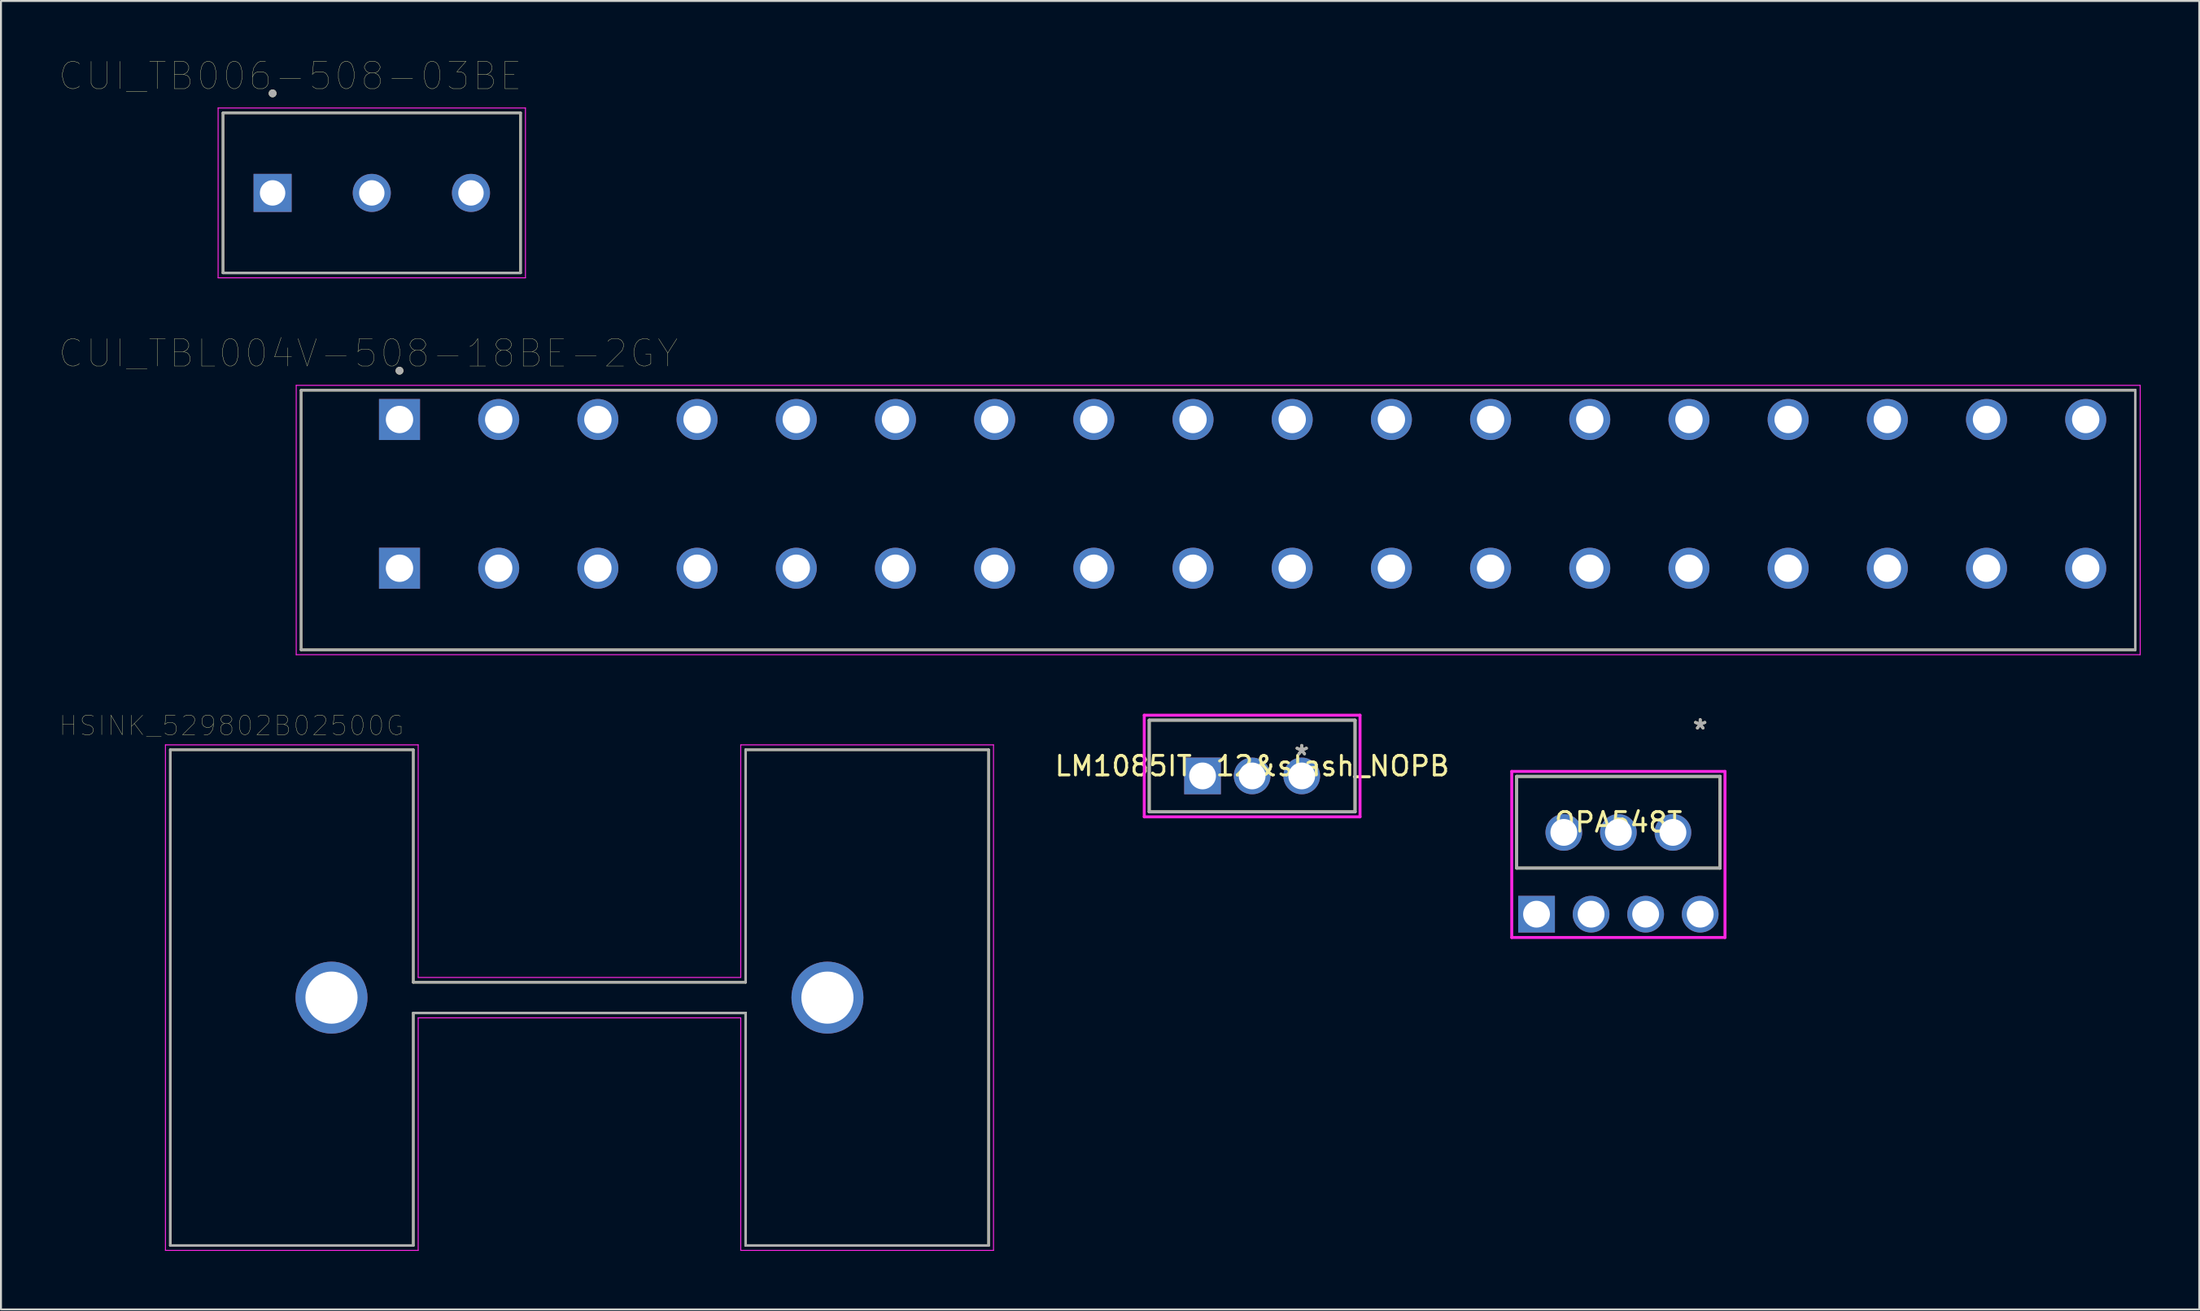
<source format=kicad_pcb>
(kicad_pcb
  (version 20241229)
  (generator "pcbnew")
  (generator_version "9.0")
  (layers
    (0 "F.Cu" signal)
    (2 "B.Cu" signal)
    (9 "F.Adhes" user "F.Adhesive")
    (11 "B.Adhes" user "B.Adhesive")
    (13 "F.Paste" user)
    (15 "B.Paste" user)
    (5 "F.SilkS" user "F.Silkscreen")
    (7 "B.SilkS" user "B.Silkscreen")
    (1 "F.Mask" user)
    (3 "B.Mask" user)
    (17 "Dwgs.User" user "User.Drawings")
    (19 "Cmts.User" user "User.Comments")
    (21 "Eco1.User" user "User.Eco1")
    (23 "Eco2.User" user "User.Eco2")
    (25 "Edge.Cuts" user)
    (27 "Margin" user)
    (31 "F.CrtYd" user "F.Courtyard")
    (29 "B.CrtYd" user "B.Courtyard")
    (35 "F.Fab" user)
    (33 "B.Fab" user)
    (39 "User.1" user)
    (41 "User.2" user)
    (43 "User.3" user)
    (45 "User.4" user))
  (footprint "HSINK_529802B02500G"
    (layer "F.Cu")
    (at 26.628 48.065)
    (property "Reference" "HSINK_529802B02500G" (at -17.825 -13.935 0) (layer "F.SilkS") (effects (font (size 1 1) (thickness 0.015))))
    (attr through_hole)
    (fp_line (start -20.955 -12.7) (end -8.51 -12.7) (stroke (width 0.127) (type solid)) (layer "F.SilkS"))
    (fp_line (start -20.955 12.7) (end -20.955 -12.7) (stroke (width 0.127) (type solid)) (layer "F.SilkS"))
    (fp_line (start -8.51 -12.7) (end -8.51 -0.785) (stroke (width 0.127) (type solid)) (layer "F.SilkS"))
    (fp_line (start -8.51 -0.785) (end 8.51 -0.785) (stroke (width 0.127) (type solid)) (layer "F.SilkS"))
    (fp_line (start -8.51 0.785) (end -8.51 12.7) (stroke (width 0.127) (type solid)) (layer "F.SilkS"))
    (fp_line (start -8.51 12.7) (end -20.955 12.7) (stroke (width 0.127) (type solid)) (layer "F.SilkS"))
    (fp_line (start 8.51 -12.7) (end 20.955 -12.7) (stroke (width 0.127) (type solid)) (layer "F.SilkS"))
    (fp_line (start 8.51 -0.785) (end 8.51 -12.7) (stroke (width 0.127) (type solid)) (layer "F.SilkS"))
    (fp_line (start 8.51 0.785) (end -8.51 0.785) (stroke (width 0.127) (type solid)) (layer "F.SilkS"))
    (fp_line (start 8.51 12.7) (end 8.51 0.785) (stroke (width 0.127) (type solid)) (layer "F.SilkS"))
    (fp_line (start 20.955 -12.7) (end 20.955 12.7) (stroke (width 0.127) (type solid)) (layer "F.SilkS"))
    (fp_line (start 20.955 12.7) (end 8.51 12.7) (stroke (width 0.127) (type solid)) (layer "F.SilkS"))
    (fp_line (start -21.205 -12.95) (end -8.26 -12.95) (stroke (width 0.05) (type solid)) (layer "F.CrtYd"))
    (fp_line (start -21.205 12.95) (end -21.205 -12.95) (stroke (width 0.05) (type solid)) (layer "F.CrtYd"))
    (fp_line (start -8.26 -12.95) (end -8.26 -1.035) (stroke (width 0.05) (type solid)) (layer "F.CrtYd"))
    (fp_line (start -8.26 -1.035) (end 8.26 -1.035) (stroke (width 0.05) (type solid)) (layer "F.CrtYd"))
    (fp_line (start -8.26 1.035) (end -8.26 12.95) (stroke (width 0.05) (type solid)) (layer "F.CrtYd"))
    (fp_line (start -8.26 12.95) (end -21.205 12.95) (stroke (width 0.05) (type solid)) (layer "F.CrtYd"))
    (fp_line (start 8.26 -12.95) (end 21.205 -12.95) (stroke (width 0.05) (type solid)) (layer "F.CrtYd"))
    (fp_line (start 8.26 -1.035) (end 8.26 -12.95) (stroke (width 0.05) (type solid)) (layer "F.CrtYd"))
    (fp_line (start 8.26 1.035) (end -8.26 1.035) (stroke (width 0.05) (type solid)) (layer "F.CrtYd"))
    (fp_line (start 8.26 12.95) (end 8.26 1.035) (stroke (width 0.05) (type solid)) (layer "F.CrtYd"))
    (fp_line (start 21.205 -12.95) (end 21.205 12.95) (stroke (width 0.05) (type solid)) (layer "F.CrtYd"))
    (fp_line (start 21.205 12.95) (end 8.26 12.95) (stroke (width 0.05) (type solid)) (layer "F.CrtYd"))
    (fp_line (start -20.955 -12.7) (end -8.51 -12.7) (stroke (width 0.127) (type solid)) (layer "F.Fab"))
    (fp_line (start -20.955 12.7) (end -20.955 -12.7) (stroke (width 0.127) (type solid)) (layer "F.Fab"))
    (fp_line (start -8.51 -12.7) (end -8.51 -0.785) (stroke (width 0.127) (type solid)) (layer "F.Fab"))
    (fp_line (start -8.51 -0.785) (end 8.51 -0.785) (stroke (width 0.127) (type solid)) (layer "F.Fab"))
    (fp_line (start -8.51 0.785) (end -8.51 12.7) (stroke (width 0.127) (type solid)) (layer "F.Fab"))
    (fp_line (start -8.51 12.7) (end -20.955 12.7) (stroke (width 0.127) (type solid)) (layer "F.Fab"))
    (fp_line (start 8.51 -12.7) (end 20.955 -12.7) (stroke (width 0.127) (type solid)) (layer "F.Fab"))
    (fp_line (start 8.51 -0.785) (end 8.51 -12.7) (stroke (width 0.127) (type solid)) (layer "F.Fab"))
    (fp_line (start 8.51 0.785) (end -8.51 0.785) (stroke (width 0.127) (type solid)) (layer "F.Fab"))
    (fp_line (start 8.51 12.7) (end 8.51 0.785) (stroke (width 0.127) (type solid)) (layer "F.Fab"))
    (fp_line (start 20.955 -12.7) (end 20.955 12.7) (stroke (width 0.127) (type solid)) (layer "F.Fab"))
    (fp_line (start 20.955 12.7) (end 8.51 12.7) (stroke (width 0.127) (type solid)) (layer "F.Fab"))
    (pad "S1" thru_hole circle (at -12.7 0) (size 3.686 3.686) (drill 2.67) (layers "*.Cu" "*.Mask"))
    (pad "S2" thru_hole circle (at 12.7 0) (size 3.686 3.686) (drill 2.67) (layers "*.Cu" "*.Mask")))
  (footprint "CUI_TBL004V-508-18BE-2GY"
    (layer "F.Cu")
    (at 17.411 18.444)
    (property "Reference" "CUI_TBL004V-508-18BE-2GY" (at -1.595 -3.389 0) (layer "F.SilkS") (effects (font (size 1.4 1.4) (thickness 0.015))))
    (attr through_hole)
    (fp_line (start -5.04 -1.5) (end 88.9 -1.5) (stroke (width 0.127) (type solid)) (layer "F.SilkS"))
    (fp_line (start -5.04 11.8) (end -5.04 -1.5) (stroke (width 0.127) (type solid)) (layer "F.SilkS"))
    (fp_line (start 88.9 -1.5) (end 88.9 11.8) (stroke (width 0.127) (type solid)) (layer "F.SilkS"))
    (fp_line (start 88.9 11.8) (end -5.04 11.8) (stroke (width 0.127) (type solid)) (layer "F.SilkS"))
    (fp_circle (center 0 -2.5) (end 0.1 -2.5) (stroke (width 0.2) (type solid)) (fill no) (layer "F.SilkS"))
    (fp_line (start -5.29 -1.75) (end 89.15 -1.75) (stroke (width 0.05) (type solid)) (layer "F.CrtYd"))
    (fp_line (start -5.29 12.05) (end -5.29 -1.75) (stroke (width 0.05) (type solid)) (layer "F.CrtYd"))
    (fp_line (start 89.15 -1.75) (end 89.15 12.05) (stroke (width 0.05) (type solid)) (layer "F.CrtYd"))
    (fp_line (start 89.15 12.05) (end -5.29 12.05) (stroke (width 0.05) (type solid)) (layer "F.CrtYd"))
    (fp_line (start -5.04 -1.5) (end 88.9 -1.5) (stroke (width 0.127) (type solid)) (layer "F.Fab"))
    (fp_line (start -5.04 11.8) (end -5.04 -1.5) (stroke (width 0.127) (type solid)) (layer "F.Fab"))
    (fp_line (start 88.9 -1.5) (end 88.9 11.8) (stroke (width 0.127) (type solid)) (layer "F.Fab"))
    (fp_line (start 88.9 11.8) (end -5.04 11.8) (stroke (width 0.127) (type solid)) (layer "F.Fab"))
    (fp_circle (center 0 -2.5) (end 0.1 -2.5) (stroke (width 0.2) (type solid)) (fill no) (layer "F.Fab"))
    (pad "1" thru_hole rect (at 0 0) (size 2.1 2.1) (drill 1.4) (layers "*.Cu" "*.Mask"))
    (pad "1" thru_hole rect (at 0 7.62) (size 2.1 2.1) (drill 1.4) (layers "*.Cu" "*.Mask"))
    (pad "2" thru_hole circle (at 5.08 0) (size 2.1 2.1) (drill 1.4) (layers "*.Cu" "*.Mask"))
    (pad "2" thru_hole circle (at 5.08 7.62) (size 2.1 2.1) (drill 1.4) (layers "*.Cu" "*.Mask"))
    (pad "3" thru_hole circle (at 10.16 0) (size 2.1 2.1) (drill 1.4) (layers "*.Cu" "*.Mask"))
    (pad "3" thru_hole circle (at 10.16 7.62) (size 2.1 2.1) (drill 1.4) (layers "*.Cu" "*.Mask"))
    (pad "4" thru_hole circle (at 15.24 0) (size 2.1 2.1) (drill 1.4) (layers "*.Cu" "*.Mask"))
    (pad "4" thru_hole circle (at 15.24 7.62) (size 2.1 2.1) (drill 1.4) (layers "*.Cu" "*.Mask"))
    (pad "5" thru_hole circle (at 20.32 0) (size 2.1 2.1) (drill 1.4) (layers "*.Cu" "*.Mask"))
    (pad "5" thru_hole circle (at 20.32 7.62) (size 2.1 2.1) (drill 1.4) (layers "*.Cu" "*.Mask"))
    (pad "6" thru_hole circle (at 25.4 0) (size 2.1 2.1) (drill 1.4) (layers "*.Cu" "*.Mask"))
    (pad "6" thru_hole circle (at 25.4 7.62) (size 2.1 2.1) (drill 1.4) (layers "*.Cu" "*.Mask"))
    (pad "7" thru_hole circle (at 30.48 0) (size 2.1 2.1) (drill 1.4) (layers "*.Cu" "*.Mask"))
    (pad "7" thru_hole circle (at 30.48 7.62) (size 2.1 2.1) (drill 1.4) (layers "*.Cu" "*.Mask"))
    (pad "8" thru_hole circle (at 35.56 0) (size 2.1 2.1) (drill 1.4) (layers "*.Cu" "*.Mask"))
    (pad "8" thru_hole circle (at 35.56 7.62) (size 2.1 2.1) (drill 1.4) (layers "*.Cu" "*.Mask"))
    (pad "9" thru_hole circle (at 40.64 0) (size 2.1 2.1) (drill 1.4) (layers "*.Cu" "*.Mask"))
    (pad "9" thru_hole circle (at 40.64 7.62) (size 2.1 2.1) (drill 1.4) (layers "*.Cu" "*.Mask"))
    (pad "10" thru_hole circle (at 45.72 0) (size 2.1 2.1) (drill 1.4) (layers "*.Cu" "*.Mask"))
    (pad "10" thru_hole circle (at 45.72 7.62) (size 2.1 2.1) (drill 1.4) (layers "*.Cu" "*.Mask"))
    (pad "11" thru_hole circle (at 50.8 0) (size 2.1 2.1) (drill 1.4) (layers "*.Cu" "*.Mask"))
    (pad "11" thru_hole circle (at 50.8 7.62) (size 2.1 2.1) (drill 1.4) (layers "*.Cu" "*.Mask"))
    (pad "12" thru_hole circle (at 55.88 0) (size 2.1 2.1) (drill 1.4) (layers "*.Cu" "*.Mask"))
    (pad "12" thru_hole circle (at 55.88 7.62) (size 2.1 2.1) (drill 1.4) (layers "*.Cu" "*.Mask"))
    (pad "13" thru_hole circle (at 60.96 0) (size 2.1 2.1) (drill 1.4) (layers "*.Cu" "*.Mask"))
    (pad "13" thru_hole circle (at 60.96 7.62) (size 2.1 2.1) (drill 1.4) (layers "*.Cu" "*.Mask"))
    (pad "14" thru_hole circle (at 66.04 0) (size 2.1 2.1) (drill 1.4) (layers "*.Cu" "*.Mask"))
    (pad "14" thru_hole circle (at 66.04 7.62) (size 2.1 2.1) (drill 1.4) (layers "*.Cu" "*.Mask"))
    (pad "15" thru_hole circle (at 71.12 0) (size 2.1 2.1) (drill 1.4) (layers "*.Cu" "*.Mask"))
    (pad "15" thru_hole circle (at 71.12 7.62) (size 2.1 2.1) (drill 1.4) (layers "*.Cu" "*.Mask"))
    (pad "16" thru_hole circle (at 76.2 0) (size 2.1 2.1) (drill 1.4) (layers "*.Cu" "*.Mask"))
    (pad "16" thru_hole circle (at 76.2 7.62) (size 2.1 2.1) (drill 1.4) (layers "*.Cu" "*.Mask"))
    (pad "17" thru_hole circle (at 81.28 0) (size 2.1 2.1) (drill 1.4) (layers "*.Cu" "*.Mask"))
    (pad "17" thru_hole circle (at 81.28 7.62) (size 2.1 2.1) (drill 1.4) (layers "*.Cu" "*.Mask"))
    (pad "18" thru_hole circle (at 86.36 0) (size 2.1 2.1) (drill 1.4) (layers "*.Cu" "*.Mask"))
    (pad "18" thru_hole circle (at 86.36 7.62) (size 2.1 2.1) (drill 1.4) (layers "*.Cu" "*.Mask")))
  (footprint "LM1085IT-12&slash_NOPB"
    (layer "F.Cu")
    (at 63.619 35.69)
    (property "Reference" "LM1085IT-12&slash_NOPB" (at -2.54 0.508 0) (layer "F.SilkS") (effects (font (size 1 1) (thickness 0.15))))
    (attr through_hole)
    (fp_line (start -7.811 -1.841) (end -7.811 2.857) (stroke (width 0.152) (type solid)) (layer "F.SilkS"))
    (fp_line (start -7.811 2.857) (end 2.731 2.857) (stroke (width 0.152) (type solid)) (layer "F.SilkS"))
    (fp_line (start 2.731 -1.841) (end -7.811 -1.841) (stroke (width 0.152) (type solid)) (layer "F.SilkS"))
    (fp_line (start 2.731 2.857) (end 2.731 -1.841) (stroke (width 0.152) (type solid)) (layer "F.SilkS"))
    (fp_line (start -8.065 -2.095) (end 2.985 -2.095) (stroke (width 0.152) (type solid)) (layer "F.CrtYd"))
    (fp_line (start -8.065 3.111) (end -8.065 -2.095) (stroke (width 0.152) (type solid)) (layer "F.CrtYd"))
    (fp_line (start 2.985 -2.095) (end 2.985 3.111) (stroke (width 0.152) (type solid)) (layer "F.CrtYd"))
    (fp_line (start 2.985 3.111) (end -8.065 3.111) (stroke (width 0.152) (type solid)) (layer "F.CrtYd"))
    (fp_line (start -7.811 -1.841) (end -7.811 2.857) (stroke (width 0.152) (type solid)) (layer "F.Fab"))
    (fp_line (start -7.811 2.857) (end 2.731 2.857) (stroke (width 0.152) (type solid)) (layer "F.Fab"))
    (fp_line (start 2.731 -1.841) (end -7.811 -1.841) (stroke (width 0.152) (type solid)) (layer "F.Fab"))
    (fp_line (start 2.731 2.857) (end 2.731 -1.841) (stroke (width 0.152) (type solid)) (layer "F.Fab"))
    (fp_text user "*" (at 0 0 0) (layer "F.SilkS") (effects (font (size 1 1) (thickness 0.15))))
    (fp_text user "Copyright 2016 Accelerated Designs. All rights reserved." (at 0 0 0) (layer "Cmts.User") (effects (font (size 0.127 0.127) (thickness 0.002))))
    (fp_text user "*" (at 0 0 0) (layer "F.Fab") (effects (font (size 1 1) (thickness 0.15))))
    (pad "1" thru_hole rect (at -5.08 1.016) (size 1.88 1.88) (drill 1.372) (layers "*.Cu" "*.Mask"))
    (pad "2" thru_hole circle (at -2.54 1.016) (size 1.88 1.88) (drill 1.372) (layers "*.Cu" "*.Mask"))
    (pad "3" thru_hole circle (at 0 1.016) (size 1.88 1.88) (drill 1.372) (layers "*.Cu" "*.Mask")))
  (footprint "CUI_TB006-508-03BE"
    (layer "F.Cu")
    (at 10.911 6.834)
    (property "Reference" "CUI_TB006-508-03BE" (at 0.905 -5.989 0) (layer "F.SilkS") (effects (font (size 1.4 1.4) (thickness 0.015))))
    (attr through_hole)
    (fp_line (start -2.54 -4.1) (end 12.7 -4.1) (stroke (width 0.127) (type solid)) (layer "F.SilkS"))
    (fp_line (start -2.54 4.1) (end -2.54 -4.1) (stroke (width 0.127) (type solid)) (layer "F.SilkS"))
    (fp_line (start 12.7 -4.1) (end 12.7 4.1) (stroke (width 0.127) (type solid)) (layer "F.SilkS"))
    (fp_line (start 12.7 4.1) (end -2.54 4.1) (stroke (width 0.127) (type solid)) (layer "F.SilkS"))
    (fp_circle (center 0 -5.1) (end 0.1 -5.1) (stroke (width 0.2) (type solid)) (fill no) (layer "F.SilkS"))
    (fp_line (start -2.79 -4.35) (end 12.95 -4.35) (stroke (width 0.05) (type solid)) (layer "F.CrtYd"))
    (fp_line (start -2.79 4.35) (end -2.79 -4.35) (stroke (width 0.05) (type solid)) (layer "F.CrtYd"))
    (fp_line (start 12.95 -4.35) (end 12.95 4.35) (stroke (width 0.05) (type solid)) (layer "F.CrtYd"))
    (fp_line (start 12.95 4.35) (end -2.79 4.35) (stroke (width 0.05) (type solid)) (layer "F.CrtYd"))
    (fp_line (start -2.54 -4.1) (end 12.7 -4.1) (stroke (width 0.127) (type solid)) (layer "F.Fab"))
    (fp_line (start -2.54 4.1) (end -2.54 -4.1) (stroke (width 0.127) (type solid)) (layer "F.Fab"))
    (fp_line (start 12.7 -4.1) (end 12.7 4.1) (stroke (width 0.127) (type solid)) (layer "F.Fab"))
    (fp_line (start 12.7 4.1) (end -2.54 4.1) (stroke (width 0.127) (type solid)) (layer "F.Fab"))
    (fp_circle (center 0 -5.1) (end 0.1 -5.1) (stroke (width 0.2) (type solid)) (fill no) (layer "F.Fab"))
    (pad "1" thru_hole rect (at 0 0) (size 1.95 1.95) (drill 1.3) (layers "*.Cu" "*.Mask"))
    (pad "2" thru_hole circle (at 5.08 0) (size 1.95 1.95) (drill 1.3) (layers "*.Cu" "*.Mask"))
    (pad "3" thru_hole circle (at 10.16 0) (size 1.95 1.95) (drill 1.3) (layers "*.Cu" "*.Mask")))
  (footprint "OPA548T"
    (layer "F.Cu")
    (at 84.027 34.367)
    (property "Reference" "OPA548T" (at -4.191 4.712 0) (layer "F.SilkS") (effects (font (size 1 1) (thickness 0.15))))
    (attr through_hole)
    (fp_line (start -9.398 2.362) (end -9.398 7.061) (stroke (width 0.152) (type solid)) (layer "F.SilkS"))
    (fp_line (start -9.398 7.061) (end 1.016 7.061) (stroke (width 0.152) (type solid)) (layer "F.SilkS"))
    (fp_line (start 1.016 2.362) (end -9.398 2.362) (stroke (width 0.152) (type solid)) (layer "F.SilkS"))
    (fp_line (start 1.016 7.061) (end 1.016 2.362) (stroke (width 0.152) (type solid)) (layer "F.SilkS"))
    (fp_line (start -9.652 2.108) (end -9.652 10.617) (stroke (width 0.152) (type solid)) (layer "F.CrtYd"))
    (fp_line (start -9.652 10.617) (end 1.27 10.617) (stroke (width 0.152) (type solid)) (layer "F.CrtYd"))
    (fp_line (start 1.27 2.108) (end -9.652 2.108) (stroke (width 0.152) (type solid)) (layer "F.CrtYd"))
    (fp_line (start 1.27 10.617) (end 1.27 2.108) (stroke (width 0.152) (type solid)) (layer "F.CrtYd"))
    (fp_line (start -9.398 2.362) (end -9.398 7.061) (stroke (width 0.152) (type solid)) (layer "F.Fab"))
    (fp_line (start -9.398 7.061) (end 1.016 7.061) (stroke (width 0.152) (type solid)) (layer "F.Fab"))
    (fp_line (start 1.016 2.362) (end -9.398 2.362) (stroke (width 0.152) (type solid)) (layer "F.Fab"))
    (fp_line (start 1.016 7.061) (end 1.016 2.362) (stroke (width 0.152) (type solid)) (layer "F.Fab"))
    (fp_text user "*" (at 0 0 0) (layer "F.SilkS") (effects (font (size 1 1) (thickness 0.15))))
    (fp_text user "Copyright 2016 Accelerated Designs. All rights reserved." (at 0 0 0) (layer "Cmts.User") (effects (font (size 0.127 0.127) (thickness 0.002))))
    (fp_text user "*" (at 0 0 0) (layer "F.Fab") (effects (font (size 1 1) (thickness 0.15))))
    (pad "1" thru_hole rect (at -8.382 9.423) (size 1.88 1.88) (drill 1.372) (layers "*.Cu" "*.Mask"))
    (pad "2" thru_hole circle (at -6.985 5.232) (size 1.88 1.88) (drill 1.372) (layers "*.Cu" "*.Mask"))
    (pad "3" thru_hole circle (at -5.588 9.423) (size 1.88 1.88) (drill 1.372) (layers "*.Cu" "*.Mask"))
    (pad "4" thru_hole circle (at -4.191 5.232) (size 1.88 1.88) (drill 1.372) (layers "*.Cu" "*.Mask"))
    (pad "5" thru_hole circle (at -2.794 9.423) (size 1.88 1.88) (drill 1.372) (layers "*.Cu" "*.Mask"))
    (pad "6" thru_hole circle (at -1.397 5.232) (size 1.88 1.88) (drill 1.372) (layers "*.Cu" "*.Mask"))
    (pad "7" thru_hole circle (at 0 9.423) (size 1.88 1.88) (drill 1.372) (layers "*.Cu" "*.Mask")))
  (gr_rect
    (start -3 -3)
    (end 109.586 64.04)
    (stroke (width 0.1) (type default))
    (fill no)
    (layer "Edge.Cuts")))
</source>
